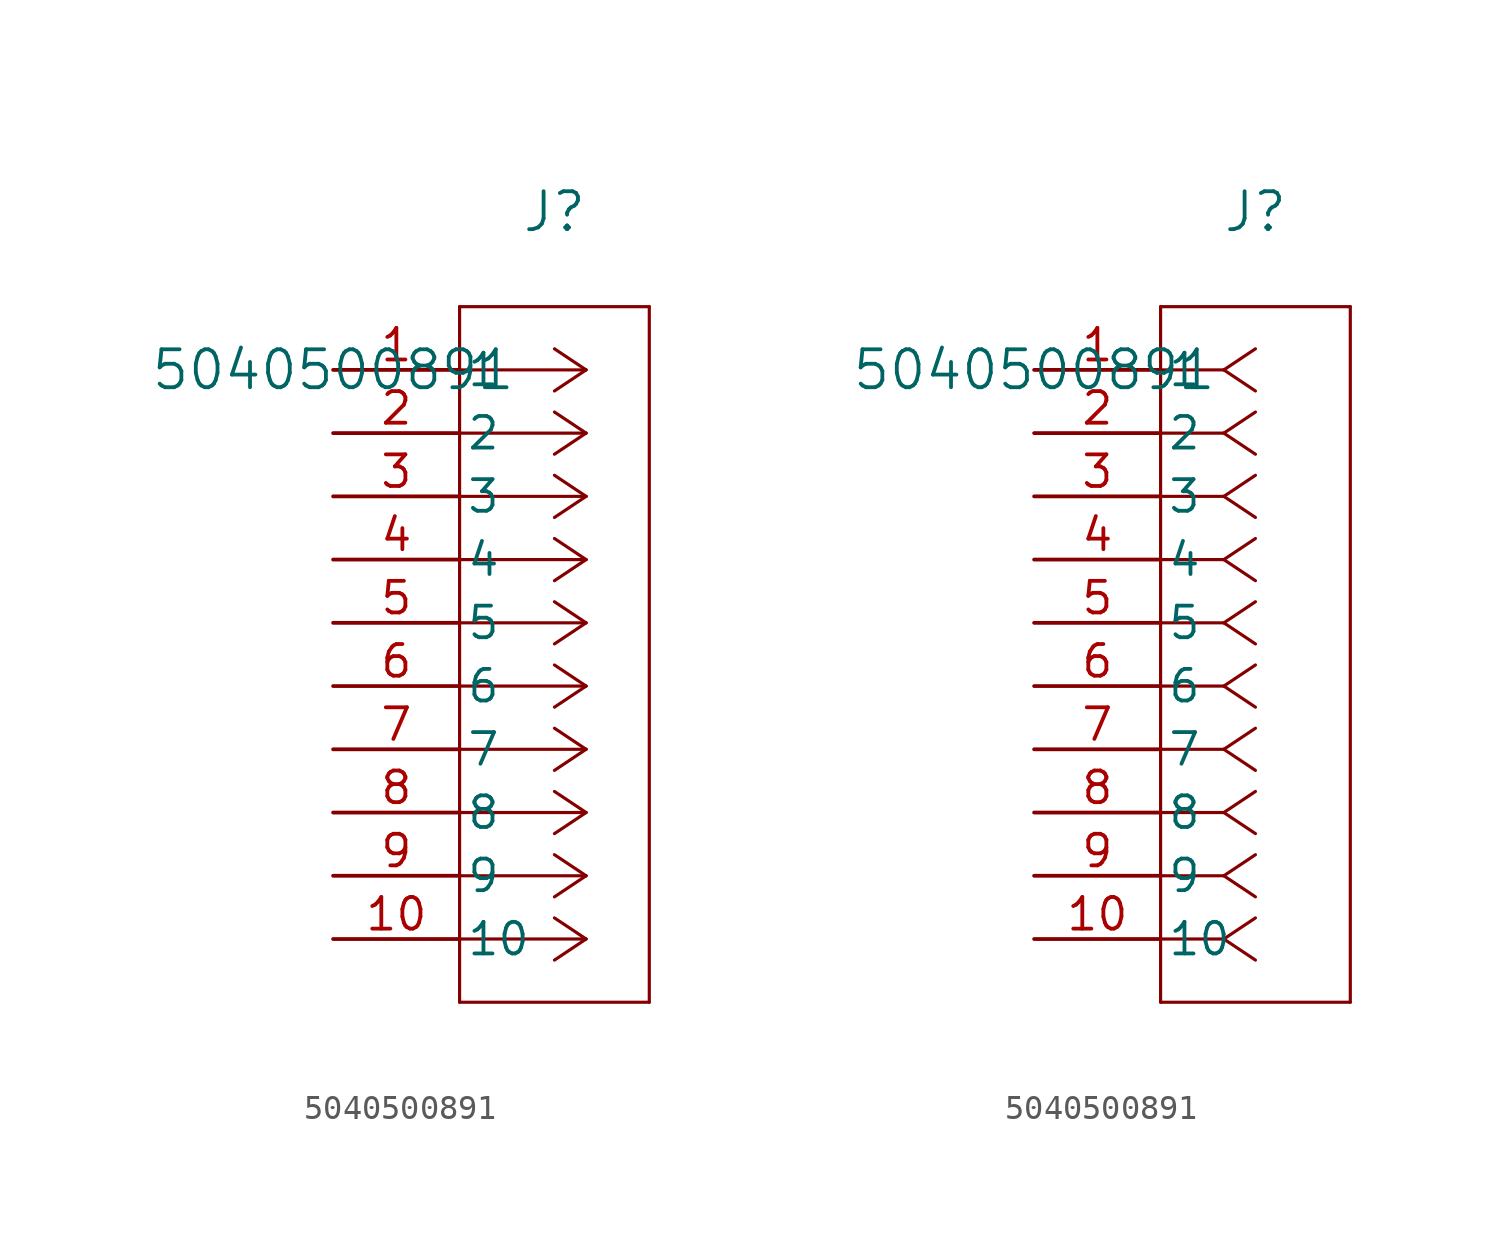
<source format=kicad_sym>
(kicad_symbol_lib
  (version 20231120)
  (generator "kicad_symbol_editor")
  (generator_version "8.0")
  (symbol "5040500891"
    (pin_names
      (offset 0.254))
    (property "Reference" "J"
      (at 8.89 6.35 0)
      (effects (font (size 1.524 1.524))))
    (property "Value" "5040500891"
      (at 0 0 0)
      (effects (font (size 1.524 1.524))))
    (property "ki_locked" ""
      (at 0 0 0)
      (effects (font (size 1.27 1.27))))
    (symbol "5040500891_1_1"
      (polyline (pts (xy 5.08 -25.4) (xy 12.7 -25.4)) (stroke (width 0.127) (type default)) (fill (type none)))
      (polyline (pts (xy 5.08 2.54) (xy 5.08 -25.4)) (stroke (width 0.127) (type default)) (fill (type none)))
      (polyline (pts (xy 10.16 -22.86) (xy 5.08 -22.86)) (stroke (width 0.127) (type default)) (fill (type none)))
      (polyline (pts (xy 10.16 -22.86) (xy 8.89 -23.707)) (stroke (width 0.127) (type default)) (fill (type none)))
      (polyline (pts (xy 10.16 -22.86) (xy 8.89 -22.013)) (stroke (width 0.127) (type default)) (fill (type none)))
      (polyline (pts (xy 10.16 -20.32) (xy 5.08 -20.32)) (stroke (width 0.127) (type default)) (fill (type none)))
      (polyline (pts (xy 10.16 -20.32) (xy 8.89 -21.167)) (stroke (width 0.127) (type default)) (fill (type none)))
      (polyline (pts (xy 10.16 -20.32) (xy 8.89 -19.473)) (stroke (width 0.127) (type default)) (fill (type none)))
      (polyline (pts (xy 10.16 -17.78) (xy 5.08 -17.78)) (stroke (width 0.127) (type default)) (fill (type none)))
      (polyline (pts (xy 10.16 -17.78) (xy 8.89 -18.627)) (stroke (width 0.127) (type default)) (fill (type none)))
      (polyline (pts (xy 10.16 -17.78) (xy 8.89 -16.933)) (stroke (width 0.127) (type default)) (fill (type none)))
      (polyline (pts (xy 10.16 -15.24) (xy 5.08 -15.24)) (stroke (width 0.127) (type default)) (fill (type none)))
      (polyline (pts (xy 10.16 -15.24) (xy 8.89 -16.087)) (stroke (width 0.127) (type default)) (fill (type none)))
      (polyline (pts (xy 10.16 -15.24) (xy 8.89 -14.393)) (stroke (width 0.127) (type default)) (fill (type none)))
      (polyline (pts (xy 10.16 -12.7) (xy 5.08 -12.7)) (stroke (width 0.127) (type default)) (fill (type none)))
      (polyline (pts (xy 10.16 -12.7) (xy 8.89 -13.547)) (stroke (width 0.127) (type default)) (fill (type none)))
      (polyline (pts (xy 10.16 -12.7) (xy 8.89 -11.853)) (stroke (width 0.127) (type default)) (fill (type none)))
      (polyline (pts (xy 10.16 -10.16) (xy 5.08 -10.16)) (stroke (width 0.127) (type default)) (fill (type none)))
      (polyline (pts (xy 10.16 -10.16) (xy 8.89 -11.007)) (stroke (width 0.127) (type default)) (fill (type none)))
      (polyline (pts (xy 10.16 -10.16) (xy 8.89 -9.313)) (stroke (width 0.127) (type default)) (fill (type none)))
      (polyline (pts (xy 10.16 -7.62) (xy 5.08 -7.62)) (stroke (width 0.127) (type default)) (fill (type none)))
      (polyline (pts (xy 10.16 -7.62) (xy 8.89 -8.467)) (stroke (width 0.127) (type default)) (fill (type none)))
      (polyline (pts (xy 10.16 -7.62) (xy 8.89 -6.773)) (stroke (width 0.127) (type default)) (fill (type none)))
      (polyline (pts (xy 10.16 -5.08) (xy 5.08 -5.08)) (stroke (width 0.127) (type default)) (fill (type none)))
      (polyline (pts (xy 10.16 -5.08) (xy 8.89 -5.927)) (stroke (width 0.127) (type default)) (fill (type none)))
      (polyline (pts (xy 10.16 -5.08) (xy 8.89 -4.233)) (stroke (width 0.127) (type default)) (fill (type none)))
      (polyline (pts (xy 10.16 -2.54) (xy 5.08 -2.54)) (stroke (width 0.127) (type default)) (fill (type none)))
      (polyline (pts (xy 10.16 -2.54) (xy 8.89 -3.387)) (stroke (width 0.127) (type default)) (fill (type none)))
      (polyline (pts (xy 10.16 -2.54) (xy 8.89 -1.693)) (stroke (width 0.127) (type default)) (fill (type none)))
      (polyline (pts (xy 10.16 0) (xy 5.08 0)) (stroke (width 0.127) (type default)) (fill (type none)))
      (polyline (pts (xy 10.16 0) (xy 8.89 -0.847)) (stroke (width 0.127) (type default)) (fill (type none)))
      (polyline (pts (xy 10.16 0) (xy 8.89 0.847)) (stroke (width 0.127) (type default)) (fill (type none)))
      (polyline (pts (xy 12.7 -25.4) (xy 12.7 2.54)) (stroke (width 0.127) (type default)) (fill (type none)))
      (polyline (pts (xy 12.7 2.54) (xy 5.08 2.54)) (stroke (width 0.127) (type default)) (fill (type none)))
      (pin unspecified line (at 0 0 0) (length 5.08) (name "1" (effects (font (size 1.27 1.27)))) (number "1" (effects (font (size 1.27 1.27)))))
      (pin unspecified line (at 0 -22.86 0) (length 5.08) (name "10" (effects (font (size 1.27 1.27)))) (number "10" (effects (font (size 1.27 1.27)))))
      (pin unspecified line (at 0 -2.54 0) (length 5.08) (name "2" (effects (font (size 1.27 1.27)))) (number "2" (effects (font (size 1.27 1.27)))))
      (pin unspecified line (at 0 -5.08 0) (length 5.08) (name "3" (effects (font (size 1.27 1.27)))) (number "3" (effects (font (size 1.27 1.27)))))
      (pin unspecified line (at 0 -7.62 0) (length 5.08) (name "4" (effects (font (size 1.27 1.27)))) (number "4" (effects (font (size 1.27 1.27)))))
      (pin unspecified line (at 0 -10.16 0) (length 5.08) (name "5" (effects (font (size 1.27 1.27)))) (number "5" (effects (font (size 1.27 1.27)))))
      (pin unspecified line (at 0 -12.7 0) (length 5.08) (name "6" (effects (font (size 1.27 1.27)))) (number "6" (effects (font (size 1.27 1.27)))))
      (pin unspecified line (at 0 -15.24 0) (length 5.08) (name "7" (effects (font (size 1.27 1.27)))) (number "7" (effects (font (size 1.27 1.27)))))
      (pin unspecified line (at 0 -17.78 0) (length 5.08) (name "8" (effects (font (size 1.27 1.27)))) (number "8" (effects (font (size 1.27 1.27)))))
      (pin unspecified line (at 0 -20.32 0) (length 5.08) (name "9" (effects (font (size 1.27 1.27)))) (number "9" (effects (font (size 1.27 1.27))))))
    (symbol "5040500891_1_2"
      (polyline (pts (xy 5.08 -25.4) (xy 12.7 -25.4)) (stroke (width 0.127) (type default)) (fill (type none)))
      (polyline (pts (xy 5.08 2.54) (xy 5.08 -25.4)) (stroke (width 0.127) (type default)) (fill (type none)))
      (polyline (pts (xy 7.62 -22.86) (xy 5.08 -22.86)) (stroke (width 0.127) (type default)) (fill (type none)))
      (polyline (pts (xy 7.62 -22.86) (xy 8.89 -23.707)) (stroke (width 0.127) (type default)) (fill (type none)))
      (polyline (pts (xy 7.62 -22.86) (xy 8.89 -22.013)) (stroke (width 0.127) (type default)) (fill (type none)))
      (polyline (pts (xy 7.62 -20.32) (xy 5.08 -20.32)) (stroke (width 0.127) (type default)) (fill (type none)))
      (polyline (pts (xy 7.62 -20.32) (xy 8.89 -21.167)) (stroke (width 0.127) (type default)) (fill (type none)))
      (polyline (pts (xy 7.62 -20.32) (xy 8.89 -19.473)) (stroke (width 0.127) (type default)) (fill (type none)))
      (polyline (pts (xy 7.62 -17.78) (xy 5.08 -17.78)) (stroke (width 0.127) (type default)) (fill (type none)))
      (polyline (pts (xy 7.62 -17.78) (xy 8.89 -18.627)) (stroke (width 0.127) (type default)) (fill (type none)))
      (polyline (pts (xy 7.62 -17.78) (xy 8.89 -16.933)) (stroke (width 0.127) (type default)) (fill (type none)))
      (polyline (pts (xy 7.62 -15.24) (xy 5.08 -15.24)) (stroke (width 0.127) (type default)) (fill (type none)))
      (polyline (pts (xy 7.62 -15.24) (xy 8.89 -16.087)) (stroke (width 0.127) (type default)) (fill (type none)))
      (polyline (pts (xy 7.62 -15.24) (xy 8.89 -14.393)) (stroke (width 0.127) (type default)) (fill (type none)))
      (polyline (pts (xy 7.62 -12.7) (xy 5.08 -12.7)) (stroke (width 0.127) (type default)) (fill (type none)))
      (polyline (pts (xy 7.62 -12.7) (xy 8.89 -13.547)) (stroke (width 0.127) (type default)) (fill (type none)))
      (polyline (pts (xy 7.62 -12.7) (xy 8.89 -11.853)) (stroke (width 0.127) (type default)) (fill (type none)))
      (polyline (pts (xy 7.62 -10.16) (xy 5.08 -10.16)) (stroke (width 0.127) (type default)) (fill (type none)))
      (polyline (pts (xy 7.62 -10.16) (xy 8.89 -11.007)) (stroke (width 0.127) (type default)) (fill (type none)))
      (polyline (pts (xy 7.62 -10.16) (xy 8.89 -9.313)) (stroke (width 0.127) (type default)) (fill (type none)))
      (polyline (pts (xy 7.62 -7.62) (xy 5.08 -7.62)) (stroke (width 0.127) (type default)) (fill (type none)))
      (polyline (pts (xy 7.62 -7.62) (xy 8.89 -8.467)) (stroke (width 0.127) (type default)) (fill (type none)))
      (polyline (pts (xy 7.62 -7.62) (xy 8.89 -6.773)) (stroke (width 0.127) (type default)) (fill (type none)))
      (polyline (pts (xy 7.62 -5.08) (xy 5.08 -5.08)) (stroke (width 0.127) (type default)) (fill (type none)))
      (polyline (pts (xy 7.62 -5.08) (xy 8.89 -5.927)) (stroke (width 0.127) (type default)) (fill (type none)))
      (polyline (pts (xy 7.62 -5.08) (xy 8.89 -4.233)) (stroke (width 0.127) (type default)) (fill (type none)))
      (polyline (pts (xy 7.62 -2.54) (xy 5.08 -2.54)) (stroke (width 0.127) (type default)) (fill (type none)))
      (polyline (pts (xy 7.62 -2.54) (xy 8.89 -3.387)) (stroke (width 0.127) (type default)) (fill (type none)))
      (polyline (pts (xy 7.62 -2.54) (xy 8.89 -1.693)) (stroke (width 0.127) (type default)) (fill (type none)))
      (polyline (pts (xy 7.62 0) (xy 5.08 0)) (stroke (width 0.127) (type default)) (fill (type none)))
      (polyline (pts (xy 7.62 0) (xy 8.89 -0.847)) (stroke (width 0.127) (type default)) (fill (type none)))
      (polyline (pts (xy 7.62 0) (xy 8.89 0.847)) (stroke (width 0.127) (type default)) (fill (type none)))
      (polyline (pts (xy 12.7 -25.4) (xy 12.7 2.54)) (stroke (width 0.127) (type default)) (fill (type none)))
      (polyline (pts (xy 12.7 2.54) (xy 5.08 2.54)) (stroke (width 0.127) (type default)) (fill (type none)))
      (pin unspecified line (at 0 0 0) (length 5.08) (name "1" (effects (font (size 1.27 1.27)))) (number "1" (effects (font (size 1.27 1.27)))))
      (pin unspecified line (at 0 -22.86 0) (length 5.08) (name "10" (effects (font (size 1.27 1.27)))) (number "10" (effects (font (size 1.27 1.27)))))
      (pin unspecified line (at 0 -2.54 0) (length 5.08) (name "2" (effects (font (size 1.27 1.27)))) (number "2" (effects (font (size 1.27 1.27)))))
      (pin unspecified line (at 0 -5.08 0) (length 5.08) (name "3" (effects (font (size 1.27 1.27)))) (number "3" (effects (font (size 1.27 1.27)))))
      (pin unspecified line (at 0 -7.62 0) (length 5.08) (name "4" (effects (font (size 1.27 1.27)))) (number "4" (effects (font (size 1.27 1.27)))))
      (pin unspecified line (at 0 -10.16 0) (length 5.08) (name "5" (effects (font (size 1.27 1.27)))) (number "5" (effects (font (size 1.27 1.27)))))
      (pin unspecified line (at 0 -12.7 0) (length 5.08) (name "6" (effects (font (size 1.27 1.27)))) (number "6" (effects (font (size 1.27 1.27)))))
      (pin unspecified line (at 0 -15.24 0) (length 5.08) (name "7" (effects (font (size 1.27 1.27)))) (number "7" (effects (font (size 1.27 1.27)))))
      (pin unspecified line (at 0 -17.78 0) (length 5.08) (name "8" (effects (font (size 1.27 1.27)))) (number "8" (effects (font (size 1.27 1.27)))))
      (pin unspecified line (at 0 -20.32 0) (length 5.08) (name "9" (effects (font (size 1.27 1.27)))) (number "9" (effects (font (size 1.27 1.27))))))))
</source>
